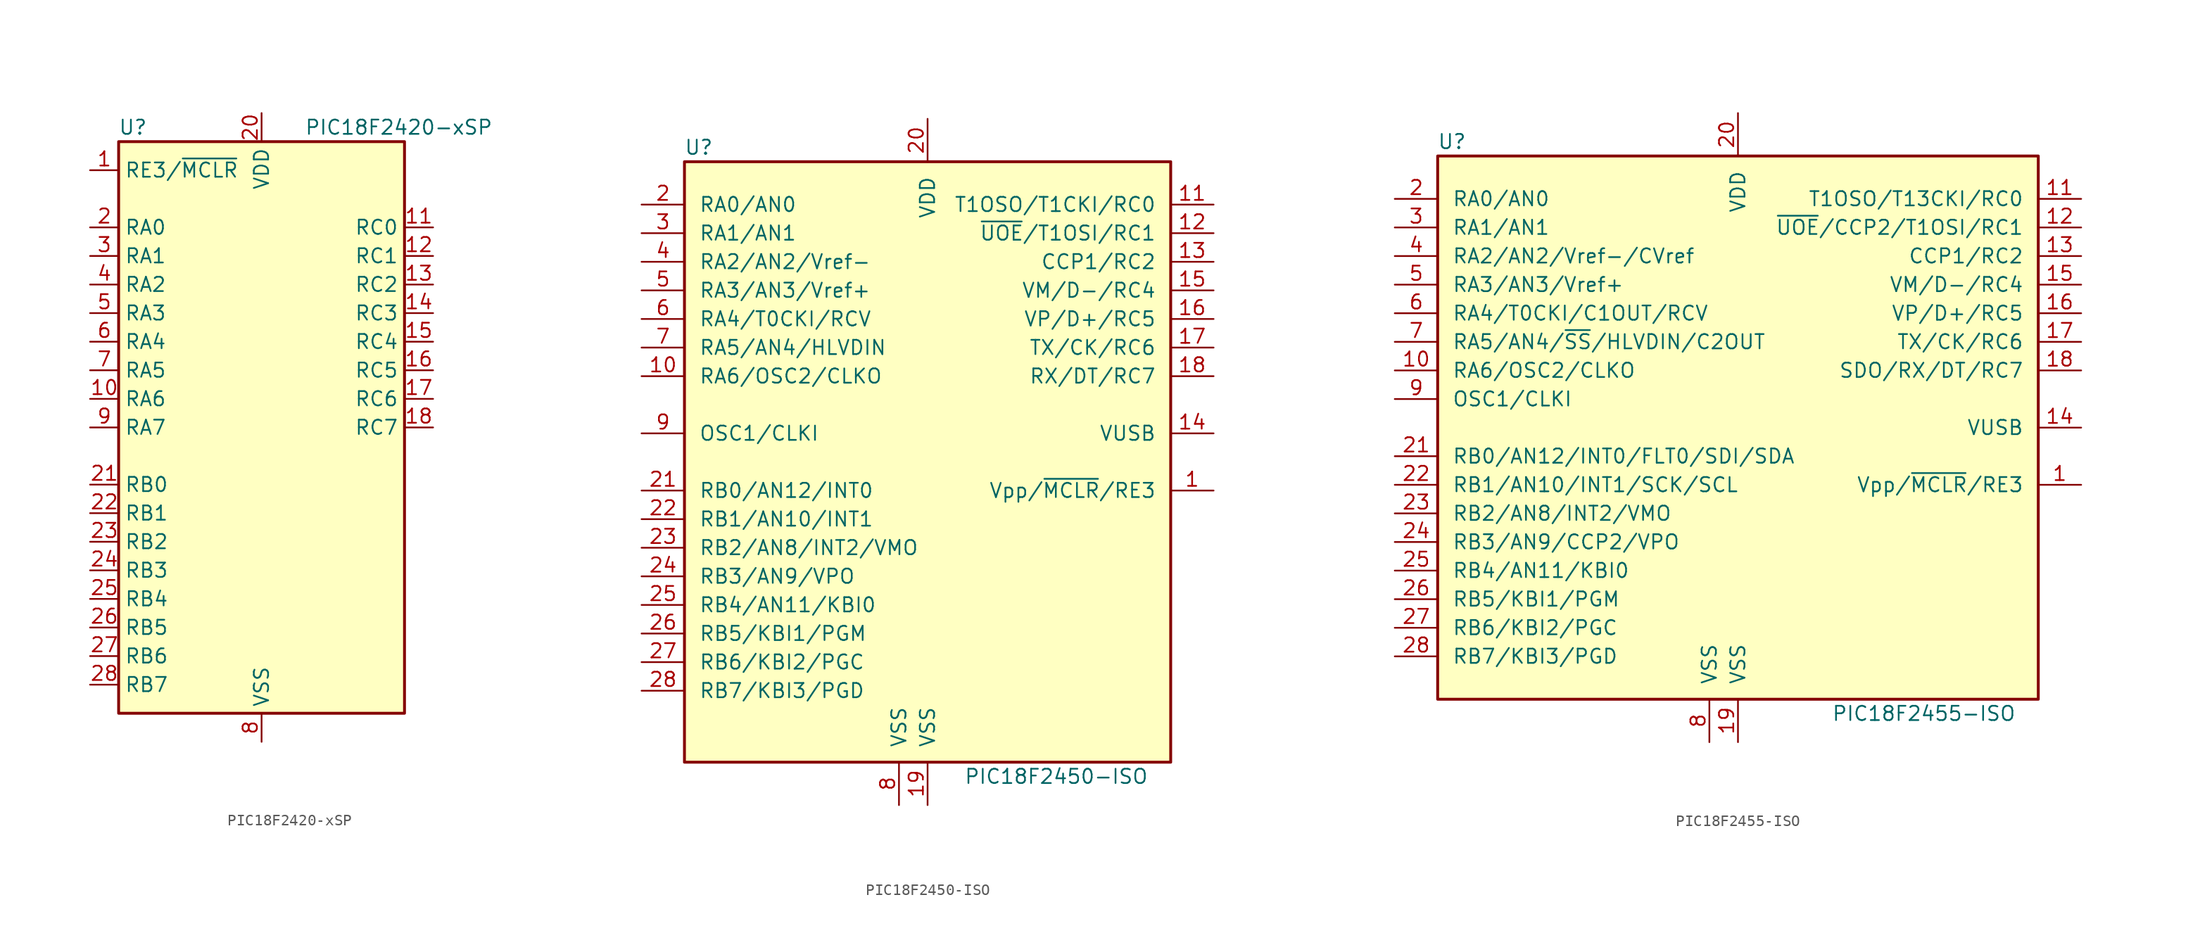
<source format=kicad_sym>
(kicad_symbol_lib
  (version 20211014)
  (generator kicad_symbol_editor)
  (symbol "PIC18F2420-xSP"
    (property "Reference" "U"
      (at -11.43 26.67 0)
      (effects (font (size 1.27 1.27))))
    (property "Value" "PIC18F2420-xSP"
      (at 3.81 26.67 0)
      (effects (font (size 1.27 1.27)) (justify left)))
    (symbol "PIC18F2420-xSP_0_1"
      (rectangle (start -12.7 25.4) (end 12.7 -25.4) (stroke (width 0.254) (type default) (color 0 0 0 0)) (fill (type background))))
    (symbol "PIC18F2420-xSP_1_1"
      (pin input line (at -15.24 22.86 0) (length 2.54) (name "RE3/~{MCLR}" (effects (font (size 1.27 1.27)))) (number "1" (effects (font (size 1.27 1.27)))))
      (pin bidirectional line (at -15.24 2.54 0) (length 2.54) (name "RA6" (effects (font (size 1.27 1.27)))) (number "10" (effects (font (size 1.27 1.27)))))
      (pin bidirectional line (at 15.24 17.78 180) (length 2.54) (name "RC0" (effects (font (size 1.27 1.27)))) (number "11" (effects (font (size 1.27 1.27)))))
      (pin bidirectional line (at 15.24 15.24 180) (length 2.54) (name "RC1" (effects (font (size 1.27 1.27)))) (number "12" (effects (font (size 1.27 1.27)))))
      (pin bidirectional line (at 15.24 12.7 180) (length 2.54) (name "RC2" (effects (font (size 1.27 1.27)))) (number "13" (effects (font (size 1.27 1.27)))))
      (pin bidirectional line (at 15.24 10.16 180) (length 2.54) (name "RC3" (effects (font (size 1.27 1.27)))) (number "14" (effects (font (size 1.27 1.27)))))
      (pin bidirectional line (at 15.24 7.62 180) (length 2.54) (name "RC4" (effects (font (size 1.27 1.27)))) (number "15" (effects (font (size 1.27 1.27)))))
      (pin bidirectional line (at 15.24 5.08 180) (length 2.54) (name "RC5" (effects (font (size 1.27 1.27)))) (number "16" (effects (font (size 1.27 1.27)))))
      (pin bidirectional line (at 15.24 2.54 180) (length 2.54) (name "RC6" (effects (font (size 1.27 1.27)))) (number "17" (effects (font (size 1.27 1.27)))))
      (pin bidirectional line (at 15.24 0 180) (length 2.54) (name "RC7" (effects (font (size 1.27 1.27)))) (number "18" (effects (font (size 1.27 1.27)))))
      (pin passive line (at 0 -27.94 90) (length 2.54) hide (name "VSS" (effects (font (size 1.27 1.27)))) (number "19" (effects (font (size 1.27 1.27)))))
      (pin bidirectional line (at -15.24 17.78 0) (length 2.54) (name "RA0" (effects (font (size 1.27 1.27)))) (number "2" (effects (font (size 1.27 1.27)))))
      (pin power_in line (at 0 27.94 270) (length 2.54) (name "VDD" (effects (font (size 1.27 1.27)))) (number "20" (effects (font (size 1.27 1.27)))))
      (pin bidirectional line (at -15.24 -5.08 0) (length 2.54) (name "RB0" (effects (font (size 1.27 1.27)))) (number "21" (effects (font (size 1.27 1.27)))))
      (pin bidirectional line (at -15.24 -7.62 0) (length 2.54) (name "RB1" (effects (font (size 1.27 1.27)))) (number "22" (effects (font (size 1.27 1.27)))))
      (pin bidirectional line (at -15.24 -10.16 0) (length 2.54) (name "RB2" (effects (font (size 1.27 1.27)))) (number "23" (effects (font (size 1.27 1.27)))))
      (pin bidirectional line (at -15.24 -12.7 0) (length 2.54) (name "RB3" (effects (font (size 1.27 1.27)))) (number "24" (effects (font (size 1.27 1.27)))))
      (pin bidirectional line (at -15.24 -15.24 0) (length 2.54) (name "RB4" (effects (font (size 1.27 1.27)))) (number "25" (effects (font (size 1.27 1.27)))))
      (pin bidirectional line (at -15.24 -17.78 0) (length 2.54) (name "RB5" (effects (font (size 1.27 1.27)))) (number "26" (effects (font (size 1.27 1.27)))))
      (pin bidirectional line (at -15.24 -20.32 0) (length 2.54) (name "RB6" (effects (font (size 1.27 1.27)))) (number "27" (effects (font (size 1.27 1.27)))))
      (pin bidirectional line (at -15.24 -22.86 0) (length 2.54) (name "RB7" (effects (font (size 1.27 1.27)))) (number "28" (effects (font (size 1.27 1.27)))))
      (pin bidirectional line (at -15.24 15.24 0) (length 2.54) (name "RA1" (effects (font (size 1.27 1.27)))) (number "3" (effects (font (size 1.27 1.27)))))
      (pin bidirectional line (at -15.24 12.7 0) (length 2.54) (name "RA2" (effects (font (size 1.27 1.27)))) (number "4" (effects (font (size 1.27 1.27)))))
      (pin bidirectional line (at -15.24 10.16 0) (length 2.54) (name "RA3" (effects (font (size 1.27 1.27)))) (number "5" (effects (font (size 1.27 1.27)))))
      (pin bidirectional line (at -15.24 7.62 0) (length 2.54) (name "RA4" (effects (font (size 1.27 1.27)))) (number "6" (effects (font (size 1.27 1.27)))))
      (pin bidirectional line (at -15.24 5.08 0) (length 2.54) (name "RA5" (effects (font (size 1.27 1.27)))) (number "7" (effects (font (size 1.27 1.27)))))
      (pin power_in line (at 0 -27.94 90) (length 2.54) (name "VSS" (effects (font (size 1.27 1.27)))) (number "8" (effects (font (size 1.27 1.27)))))
      (pin bidirectional line (at -15.24 0 0) (length 2.54) (name "RA7" (effects (font (size 1.27 1.27)))) (number "9" (effects (font (size 1.27 1.27)))))))
  (symbol "PIC18F2450-ISO"
    (pin_names
      (offset 1.27))
    (property "Reference" "U"
      (at -20.32 27.94 0)
      (effects (font (size 1.27 1.27))))
    (property "Value" "PIC18F2450-ISO"
      (at 11.43 -27.94 0)
      (effects (font (size 1.27 1.27))))
    (symbol "PIC18F2450-ISO_0_1"
      (rectangle (start -21.59 26.67) (end 21.59 -26.67) (stroke (width 0.254) (type default) (color 0 0 0 0)) (fill (type background))))
    (symbol "PIC18F2450-ISO_1_1"
      (pin input line (at 25.4 -2.54 180) (length 3.81) (name "Vpp/~{MCLR}/RE3" (effects (font (size 1.27 1.27)))) (number "1" (effects (font (size 1.27 1.27)))))
      (pin output line (at -25.4 7.62 0) (length 3.81) (name "RA6/OSC2/CLKO" (effects (font (size 1.27 1.27)))) (number "10" (effects (font (size 1.27 1.27)))))
      (pin bidirectional line (at 25.4 22.86 180) (length 3.81) (name "T1OSO/T1CKI/RC0" (effects (font (size 1.27 1.27)))) (number "11" (effects (font (size 1.27 1.27)))))
      (pin bidirectional line (at 25.4 20.32 180) (length 3.81) (name "~{UOE}/T1OSI/RC1" (effects (font (size 1.27 1.27)))) (number "12" (effects (font (size 1.27 1.27)))))
      (pin bidirectional line (at 25.4 17.78 180) (length 3.81) (name "CCP1/RC2" (effects (font (size 1.27 1.27)))) (number "13" (effects (font (size 1.27 1.27)))))
      (pin bidirectional line (at 25.4 2.54 180) (length 3.81) (name "VUSB" (effects (font (size 1.27 1.27)))) (number "14" (effects (font (size 1.27 1.27)))))
      (pin bidirectional line (at 25.4 15.24 180) (length 3.81) (name "VM/D-/RC4" (effects (font (size 1.27 1.27)))) (number "15" (effects (font (size 1.27 1.27)))))
      (pin bidirectional line (at 25.4 12.7 180) (length 3.81) (name "VP/D+/RC5" (effects (font (size 1.27 1.27)))) (number "16" (effects (font (size 1.27 1.27)))))
      (pin bidirectional line (at 25.4 10.16 180) (length 3.81) (name "TX/CK/RC6" (effects (font (size 1.27 1.27)))) (number "17" (effects (font (size 1.27 1.27)))))
      (pin bidirectional line (at 25.4 7.62 180) (length 3.81) (name "RX/DT/RC7" (effects (font (size 1.27 1.27)))) (number "18" (effects (font (size 1.27 1.27)))))
      (pin power_in line (at 0 -30.48 90) (length 3.81) (name "VSS" (effects (font (size 1.27 1.27)))) (number "19" (effects (font (size 1.27 1.27)))))
      (pin bidirectional line (at -25.4 22.86 0) (length 3.81) (name "RA0/AN0" (effects (font (size 1.27 1.27)))) (number "2" (effects (font (size 1.27 1.27)))))
      (pin power_in line (at 0 30.48 270) (length 3.81) (name "VDD" (effects (font (size 1.27 1.27)))) (number "20" (effects (font (size 1.27 1.27)))))
      (pin bidirectional line (at -25.4 -2.54 0) (length 3.81) (name "RB0/AN12/INT0" (effects (font (size 1.27 1.27)))) (number "21" (effects (font (size 1.27 1.27)))))
      (pin bidirectional line (at -25.4 -5.08 0) (length 3.81) (name "RB1/AN10/INT1" (effects (font (size 1.27 1.27)))) (number "22" (effects (font (size 1.27 1.27)))))
      (pin bidirectional line (at -25.4 -7.62 0) (length 3.81) (name "RB2/AN8/INT2/VMO" (effects (font (size 1.27 1.27)))) (number "23" (effects (font (size 1.27 1.27)))))
      (pin bidirectional line (at -25.4 -10.16 0) (length 3.81) (name "RB3/AN9/VPO" (effects (font (size 1.27 1.27)))) (number "24" (effects (font (size 1.27 1.27)))))
      (pin bidirectional line (at -25.4 -12.7 0) (length 3.81) (name "RB4/AN11/KBI0" (effects (font (size 1.27 1.27)))) (number "25" (effects (font (size 1.27 1.27)))))
      (pin bidirectional line (at -25.4 -15.24 0) (length 3.81) (name "RB5/KBI1/PGM" (effects (font (size 1.27 1.27)))) (number "26" (effects (font (size 1.27 1.27)))))
      (pin bidirectional line (at -25.4 -17.78 0) (length 3.81) (name "RB6/KBI2/PGC" (effects (font (size 1.27 1.27)))) (number "27" (effects (font (size 1.27 1.27)))))
      (pin bidirectional line (at -25.4 -20.32 0) (length 3.81) (name "RB7/KBI3/PGD" (effects (font (size 1.27 1.27)))) (number "28" (effects (font (size 1.27 1.27)))))
      (pin bidirectional line (at -25.4 20.32 0) (length 3.81) (name "RA1/AN1" (effects (font (size 1.27 1.27)))) (number "3" (effects (font (size 1.27 1.27)))))
      (pin bidirectional line (at -25.4 17.78 0) (length 3.81) (name "RA2/AN2/Vref-" (effects (font (size 1.27 1.27)))) (number "4" (effects (font (size 1.27 1.27)))))
      (pin bidirectional line (at -25.4 15.24 0) (length 3.81) (name "RA3/AN3/Vref+" (effects (font (size 1.27 1.27)))) (number "5" (effects (font (size 1.27 1.27)))))
      (pin bidirectional line (at -25.4 12.7 0) (length 3.81) (name "RA4/T0CKI/RCV" (effects (font (size 1.27 1.27)))) (number "6" (effects (font (size 1.27 1.27)))))
      (pin bidirectional line (at -25.4 10.16 0) (length 3.81) (name "RA5/AN4/HLVDIN" (effects (font (size 1.27 1.27)))) (number "7" (effects (font (size 1.27 1.27)))))
      (pin power_in line (at -2.54 -30.48 90) (length 3.81) (name "VSS" (effects (font (size 1.27 1.27)))) (number "8" (effects (font (size 1.27 1.27)))))
      (pin input line (at -25.4 2.54 0) (length 3.81) (name "OSC1/CLKI" (effects (font (size 1.27 1.27)))) (number "9" (effects (font (size 1.27 1.27)))))))
  (symbol "PIC18F2455-ISO"
    (pin_names
      (offset 1.27))
    (property "Reference" "U"
      (at -25.4 25.4 0)
      (effects (font (size 1.27 1.27))))
    (property "Value" "PIC18F2455-ISO"
      (at 16.51 -25.4 0)
      (effects (font (size 1.27 1.27))))
    (symbol "PIC18F2455-ISO_0_1"
      (rectangle (start -26.67 24.13) (end 26.67 -24.13) (stroke (width 0.254) (type default) (color 0 0 0 0)) (fill (type background))))
    (symbol "PIC18F2455-ISO_1_1"
      (pin input line (at 30.48 -5.08 180) (length 3.81) (name "Vpp/~{MCLR}/RE3" (effects (font (size 1.27 1.27)))) (number "1" (effects (font (size 1.27 1.27)))))
      (pin output line (at -30.48 5.08 0) (length 3.81) (name "RA6/OSC2/CLKO" (effects (font (size 1.27 1.27)))) (number "10" (effects (font (size 1.27 1.27)))))
      (pin bidirectional line (at 30.48 20.32 180) (length 3.81) (name "T1OSO/T13CKI/RC0" (effects (font (size 1.27 1.27)))) (number "11" (effects (font (size 1.27 1.27)))))
      (pin bidirectional line (at 30.48 17.78 180) (length 3.81) (name "~{UOE}/CCP2/T1OSI/RC1" (effects (font (size 1.27 1.27)))) (number "12" (effects (font (size 1.27 1.27)))))
      (pin bidirectional line (at 30.48 15.24 180) (length 3.81) (name "CCP1/RC2" (effects (font (size 1.27 1.27)))) (number "13" (effects (font (size 1.27 1.27)))))
      (pin bidirectional line (at 30.48 0 180) (length 3.81) (name "VUSB" (effects (font (size 1.27 1.27)))) (number "14" (effects (font (size 1.27 1.27)))))
      (pin bidirectional line (at 30.48 12.7 180) (length 3.81) (name "VM/D-/RC4" (effects (font (size 1.27 1.27)))) (number "15" (effects (font (size 1.27 1.27)))))
      (pin bidirectional line (at 30.48 10.16 180) (length 3.81) (name "VP/D+/RC5" (effects (font (size 1.27 1.27)))) (number "16" (effects (font (size 1.27 1.27)))))
      (pin bidirectional line (at 30.48 7.62 180) (length 3.81) (name "TX/CK/RC6" (effects (font (size 1.27 1.27)))) (number "17" (effects (font (size 1.27 1.27)))))
      (pin bidirectional line (at 30.48 5.08 180) (length 3.81) (name "SDO/RX/DT/RC7" (effects (font (size 1.27 1.27)))) (number "18" (effects (font (size 1.27 1.27)))))
      (pin power_in line (at 0 -27.94 90) (length 3.81) (name "VSS" (effects (font (size 1.27 1.27)))) (number "19" (effects (font (size 1.27 1.27)))))
      (pin bidirectional line (at -30.48 20.32 0) (length 3.81) (name "RA0/AN0" (effects (font (size 1.27 1.27)))) (number "2" (effects (font (size 1.27 1.27)))))
      (pin power_in line (at 0 27.94 270) (length 3.81) (name "VDD" (effects (font (size 1.27 1.27)))) (number "20" (effects (font (size 1.27 1.27)))))
      (pin bidirectional line (at -30.48 -2.54 0) (length 3.81) (name "RB0/AN12/INT0/FLT0/SDI/SDA" (effects (font (size 1.27 1.27)))) (number "21" (effects (font (size 1.27 1.27)))))
      (pin bidirectional line (at -30.48 -5.08 0) (length 3.81) (name "RB1/AN10/INT1/SCK/SCL" (effects (font (size 1.27 1.27)))) (number "22" (effects (font (size 1.27 1.27)))))
      (pin bidirectional line (at -30.48 -7.62 0) (length 3.81) (name "RB2/AN8/INT2/VMO" (effects (font (size 1.27 1.27)))) (number "23" (effects (font (size 1.27 1.27)))))
      (pin bidirectional line (at -30.48 -10.16 0) (length 3.81) (name "RB3/AN9/CCP2/VPO" (effects (font (size 1.27 1.27)))) (number "24" (effects (font (size 1.27 1.27)))))
      (pin bidirectional line (at -30.48 -12.7 0) (length 3.81) (name "RB4/AN11/KBI0" (effects (font (size 1.27 1.27)))) (number "25" (effects (font (size 1.27 1.27)))))
      (pin bidirectional line (at -30.48 -15.24 0) (length 3.81) (name "RB5/KBI1/PGM" (effects (font (size 1.27 1.27)))) (number "26" (effects (font (size 1.27 1.27)))))
      (pin bidirectional line (at -30.48 -17.78 0) (length 3.81) (name "RB6/KBI2/PGC" (effects (font (size 1.27 1.27)))) (number "27" (effects (font (size 1.27 1.27)))))
      (pin bidirectional line (at -30.48 -20.32 0) (length 3.81) (name "RB7/KBI3/PGD" (effects (font (size 1.27 1.27)))) (number "28" (effects (font (size 1.27 1.27)))))
      (pin bidirectional line (at -30.48 17.78 0) (length 3.81) (name "RA1/AN1" (effects (font (size 1.27 1.27)))) (number "3" (effects (font (size 1.27 1.27)))))
      (pin bidirectional line (at -30.48 15.24 0) (length 3.81) (name "RA2/AN2/Vref-/CVref" (effects (font (size 1.27 1.27)))) (number "4" (effects (font (size 1.27 1.27)))))
      (pin bidirectional line (at -30.48 12.7 0) (length 3.81) (name "RA3/AN3/Vref+" (effects (font (size 1.27 1.27)))) (number "5" (effects (font (size 1.27 1.27)))))
      (pin bidirectional line (at -30.48 10.16 0) (length 3.81) (name "RA4/T0CKI/C1OUT/RCV" (effects (font (size 1.27 1.27)))) (number "6" (effects (font (size 1.27 1.27)))))
      (pin bidirectional line (at -30.48 7.62 0) (length 3.81) (name "RA5/AN4/~{SS}/HLVDIN/C2OUT" (effects (font (size 1.27 1.27)))) (number "7" (effects (font (size 1.27 1.27)))))
      (pin power_in line (at -2.54 -27.94 90) (length 3.81) (name "VSS" (effects (font (size 1.27 1.27)))) (number "8" (effects (font (size 1.27 1.27)))))
      (pin input line (at -30.48 2.54 0) (length 3.81) (name "OSC1/CLKI" (effects (font (size 1.27 1.27)))) (number "9" (effects (font (size 1.27 1.27))))))))
</source>
